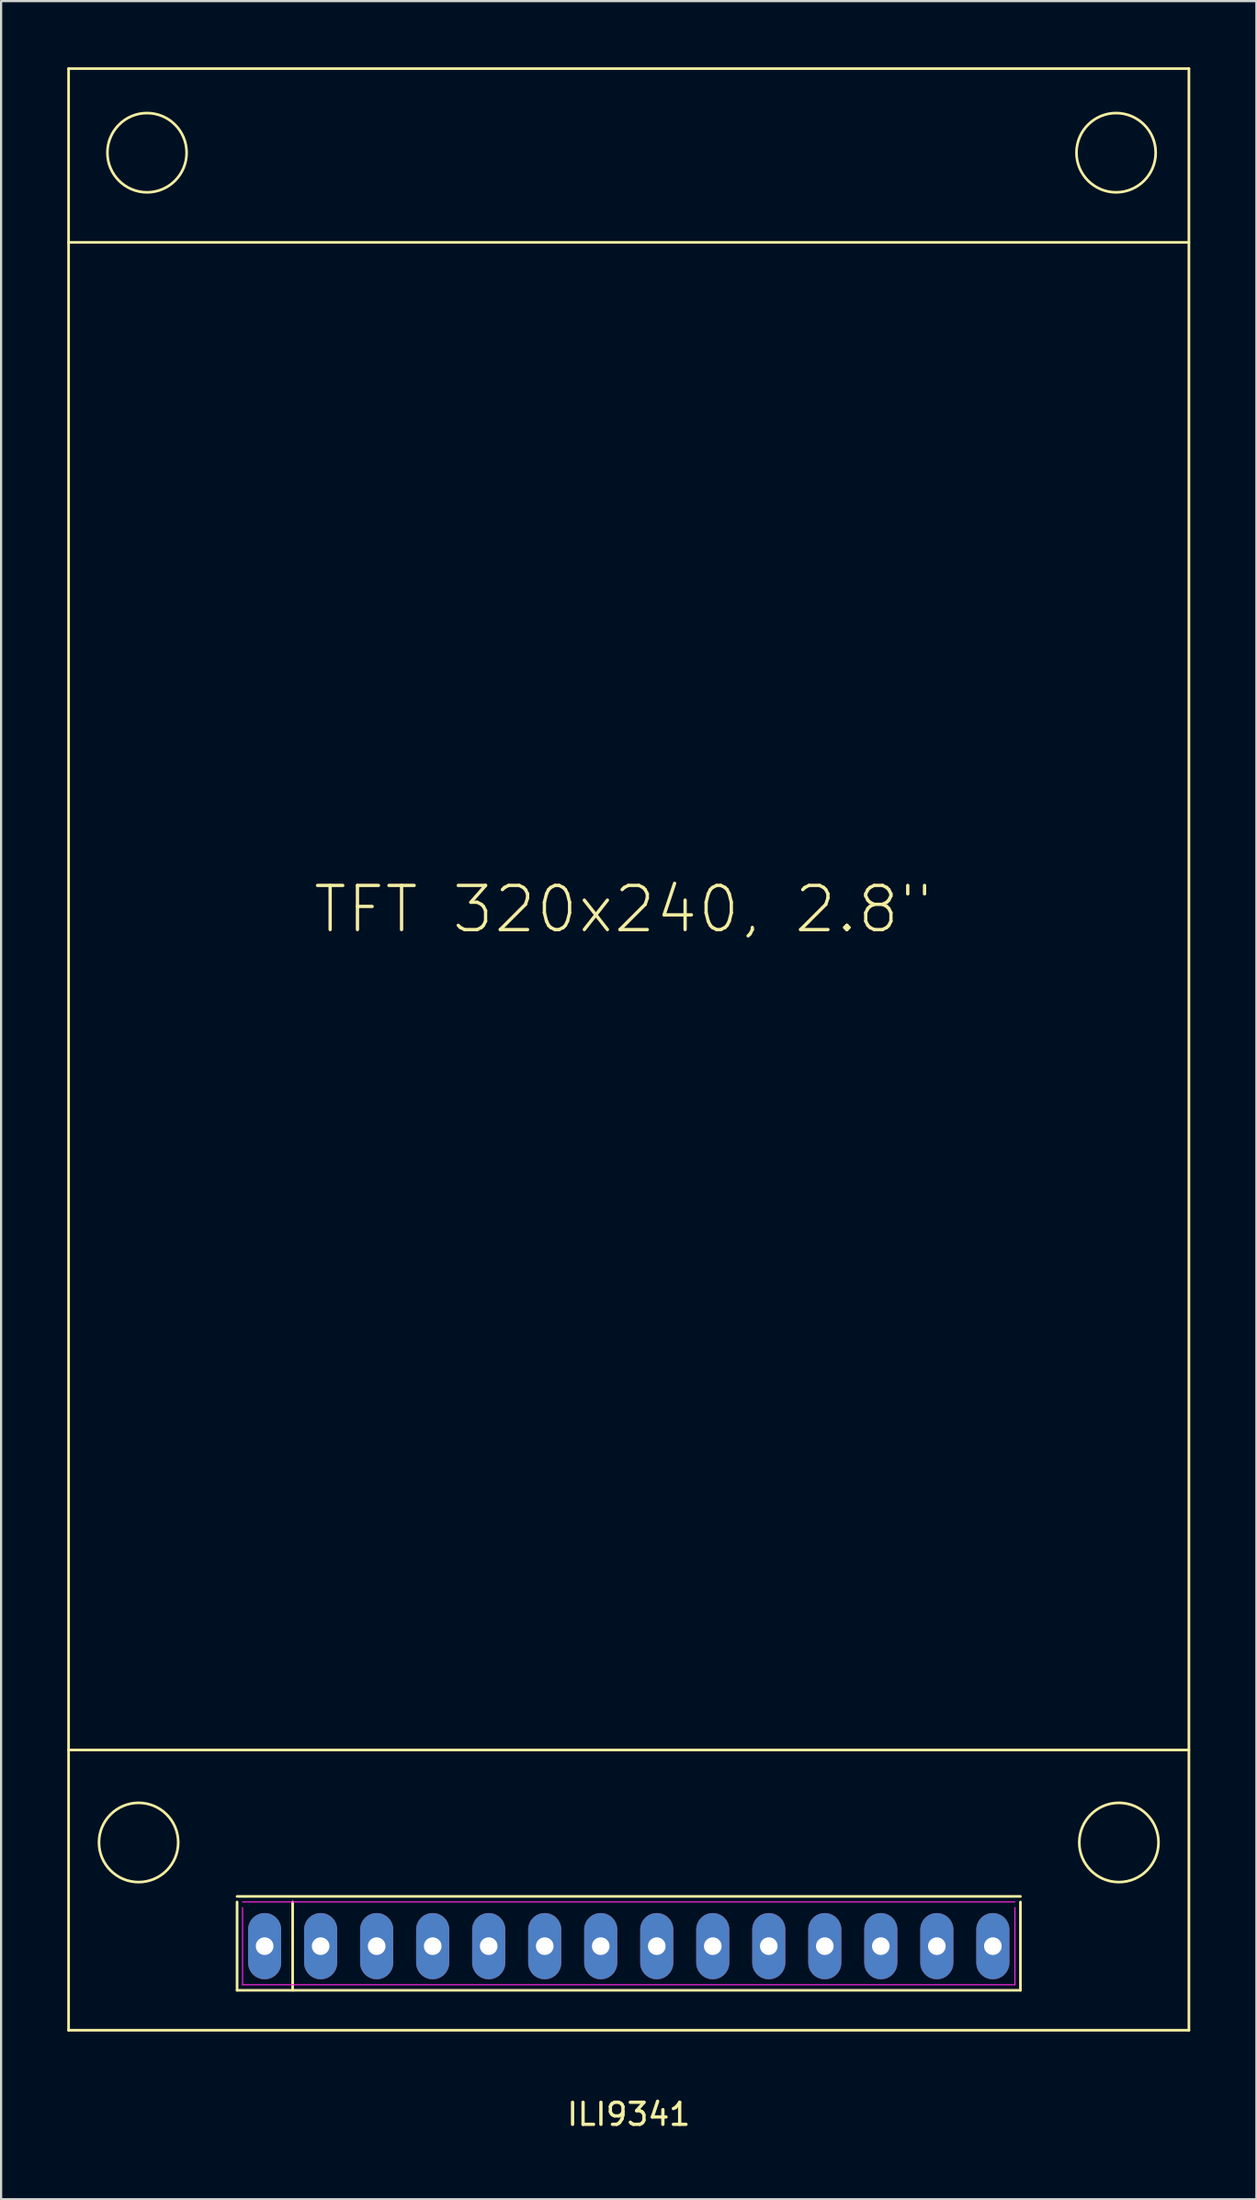
<source format=kicad_pcb>
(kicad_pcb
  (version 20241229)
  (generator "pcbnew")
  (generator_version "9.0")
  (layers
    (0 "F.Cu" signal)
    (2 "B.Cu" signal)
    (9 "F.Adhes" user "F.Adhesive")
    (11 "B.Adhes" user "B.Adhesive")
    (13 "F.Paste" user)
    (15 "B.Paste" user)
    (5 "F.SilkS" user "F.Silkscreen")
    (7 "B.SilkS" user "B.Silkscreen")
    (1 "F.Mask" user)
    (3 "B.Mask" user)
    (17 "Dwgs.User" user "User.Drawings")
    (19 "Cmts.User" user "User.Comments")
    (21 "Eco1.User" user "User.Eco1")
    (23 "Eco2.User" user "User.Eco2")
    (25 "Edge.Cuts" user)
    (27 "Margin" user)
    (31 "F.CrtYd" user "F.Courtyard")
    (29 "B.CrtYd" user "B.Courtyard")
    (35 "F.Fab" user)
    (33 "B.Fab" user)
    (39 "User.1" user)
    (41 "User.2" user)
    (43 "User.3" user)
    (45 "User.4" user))
  (footprint "ILI9341"
    (layer "F.Cu")
    (at 25.46 85.15)
    (property "Reference" "ILI9341" (at 0 7.62 0) (layer "F.SilkS") (effects (font (size 1 1) (thickness 0.15))))
    (attr through_hole)
    (fp_line (start -25.4 -85.09) (end -25.4 3.81) (stroke (width 0.12) (type solid)) (layer "F.SilkS"))
    (fp_line (start -25.4 -77.216) (end 25.4 -77.216) (stroke (width 0.12) (type solid)) (layer "F.SilkS"))
    (fp_line (start -25.4 -8.89) (end 25.4 -8.89) (stroke (width 0.12) (type solid)) (layer "F.SilkS"))
    (fp_line (start -25.4 3.81) (end 25.4 3.81) (stroke (width 0.12) (type solid)) (layer "F.SilkS"))
    (fp_line (start -17.76 -2.254) (end 17.76 -2.254) (stroke (width 0.12) (type solid)) (layer "F.SilkS"))
    (fp_line (start -17.76 2) (end -17.76 -2) (stroke (width 0.12) (type solid)) (layer "F.SilkS"))
    (fp_line (start -15.24 -2) (end -15.24 2) (stroke (width 0.12) (type solid)) (layer "F.SilkS"))
    (fp_line (start 17.76 -2) (end 17.76 2) (stroke (width 0.12) (type solid)) (layer "F.SilkS"))
    (fp_line (start 17.76 2) (end -17.76 2) (stroke (width 0.12) (type solid)) (layer "F.SilkS"))
    (fp_line (start 25.4 -85.09) (end -25.4 -85.09) (stroke (width 0.12) (type solid)) (layer "F.SilkS"))
    (fp_line (start 25.4 3.81) (end 25.4 -85.09) (stroke (width 0.12) (type solid)) (layer "F.SilkS"))
    (fp_circle (center -22.225 -4.699) (end -23.495 -3.429) (stroke (width 0.12) (type solid)) (fill no) (layer "F.SilkS"))
    (fp_circle (center -21.844 -81.28) (end -23.114 -82.55) (stroke (width 0.12) (type solid)) (fill no) (layer "F.SilkS"))
    (fp_circle (center 22.098 -81.28) (end 20.828 -80.01) (stroke (width 0.12) (type solid)) (fill no) (layer "F.SilkS"))
    (fp_circle (center 22.225 -4.699) (end 20.955 -3.429) (stroke (width 0.12) (type solid)) (fill no) (layer "F.SilkS"))
    (fp_line (start -17.51 -2.004) (end 17.51 -2.004) (stroke (width 0.05) (type solid)) (layer "F.CrtYd"))
    (fp_line (start -17.51 1.75) (end -17.51 -1.75) (stroke (width 0.05) (type solid)) (layer "F.CrtYd"))
    (fp_line (start 17.51 -1.75) (end 17.51 1.75) (stroke (width 0.05) (type solid)) (layer "F.CrtYd"))
    (fp_line (start 17.51 1.75) (end -17.51 1.75) (stroke (width 0.05) (type solid)) (layer "F.CrtYd"))
    (fp_text user "TFT 320x240, 2.8\"" (at -0.254 -46.99 0) (layer "F.SilkS") (effects (font (size 2 2) (thickness 0.15))))
    (pad "1" thru_hole oval (at -16.51 0) (size 1.5 3) (drill 0.8) (layers "*.Cu" "*.Mask"))
    (pad "2" thru_hole oval (at -13.97 0) (size 1.5 3) (drill 0.8) (layers "*.Cu" "*.Mask"))
    (pad "3" thru_hole oval (at -11.43 0) (size 1.5 3) (drill 0.8) (layers "*.Cu" "*.Mask"))
    (pad "4" thru_hole oval (at -8.89 0) (size 1.5 3) (drill 0.8) (layers "*.Cu" "*.Mask"))
    (pad "5" thru_hole oval (at -6.35 0) (size 1.5 3) (drill 0.8) (layers "*.Cu" "*.Mask"))
    (pad "6" thru_hole oval (at -3.81 0) (size 1.5 3) (drill 0.8) (layers "*.Cu" "*.Mask"))
    (pad "7" thru_hole oval (at -1.27 0) (size 1.5 3) (drill 0.8) (layers "*.Cu" "*.Mask"))
    (pad "8" thru_hole oval (at 1.27 0) (size 1.5 3) (drill 0.8) (layers "*.Cu" "*.Mask"))
    (pad "9" thru_hole oval (at 3.81 0) (size 1.5 3) (drill 0.8) (layers "*.Cu" "*.Mask"))
    (pad "10" thru_hole oval (at 6.35 0) (size 1.5 3) (drill 0.8) (layers "*.Cu" "*.Mask"))
    (pad "11" thru_hole oval (at 8.89 0) (size 1.5 3) (drill 0.8) (layers "*.Cu" "*.Mask"))
    (pad "12" thru_hole oval (at 11.43 0) (size 1.5 3) (drill 0.8) (layers "*.Cu" "*.Mask"))
    (pad "13" thru_hole oval (at 13.97 0) (size 1.5 3) (drill 0.8) (layers "*.Cu" "*.Mask"))
    (pad "14" thru_hole oval (at 16.51 0) (size 1.5 3) (drill 0.8) (layers "*.Cu" "*.Mask")))
  (gr_rect
    (start -3 -3)
    (end 53.92 96.618)
    (stroke (width 0.1) (type default))
    (fill no)
    (layer "Edge.Cuts")))
</source>
